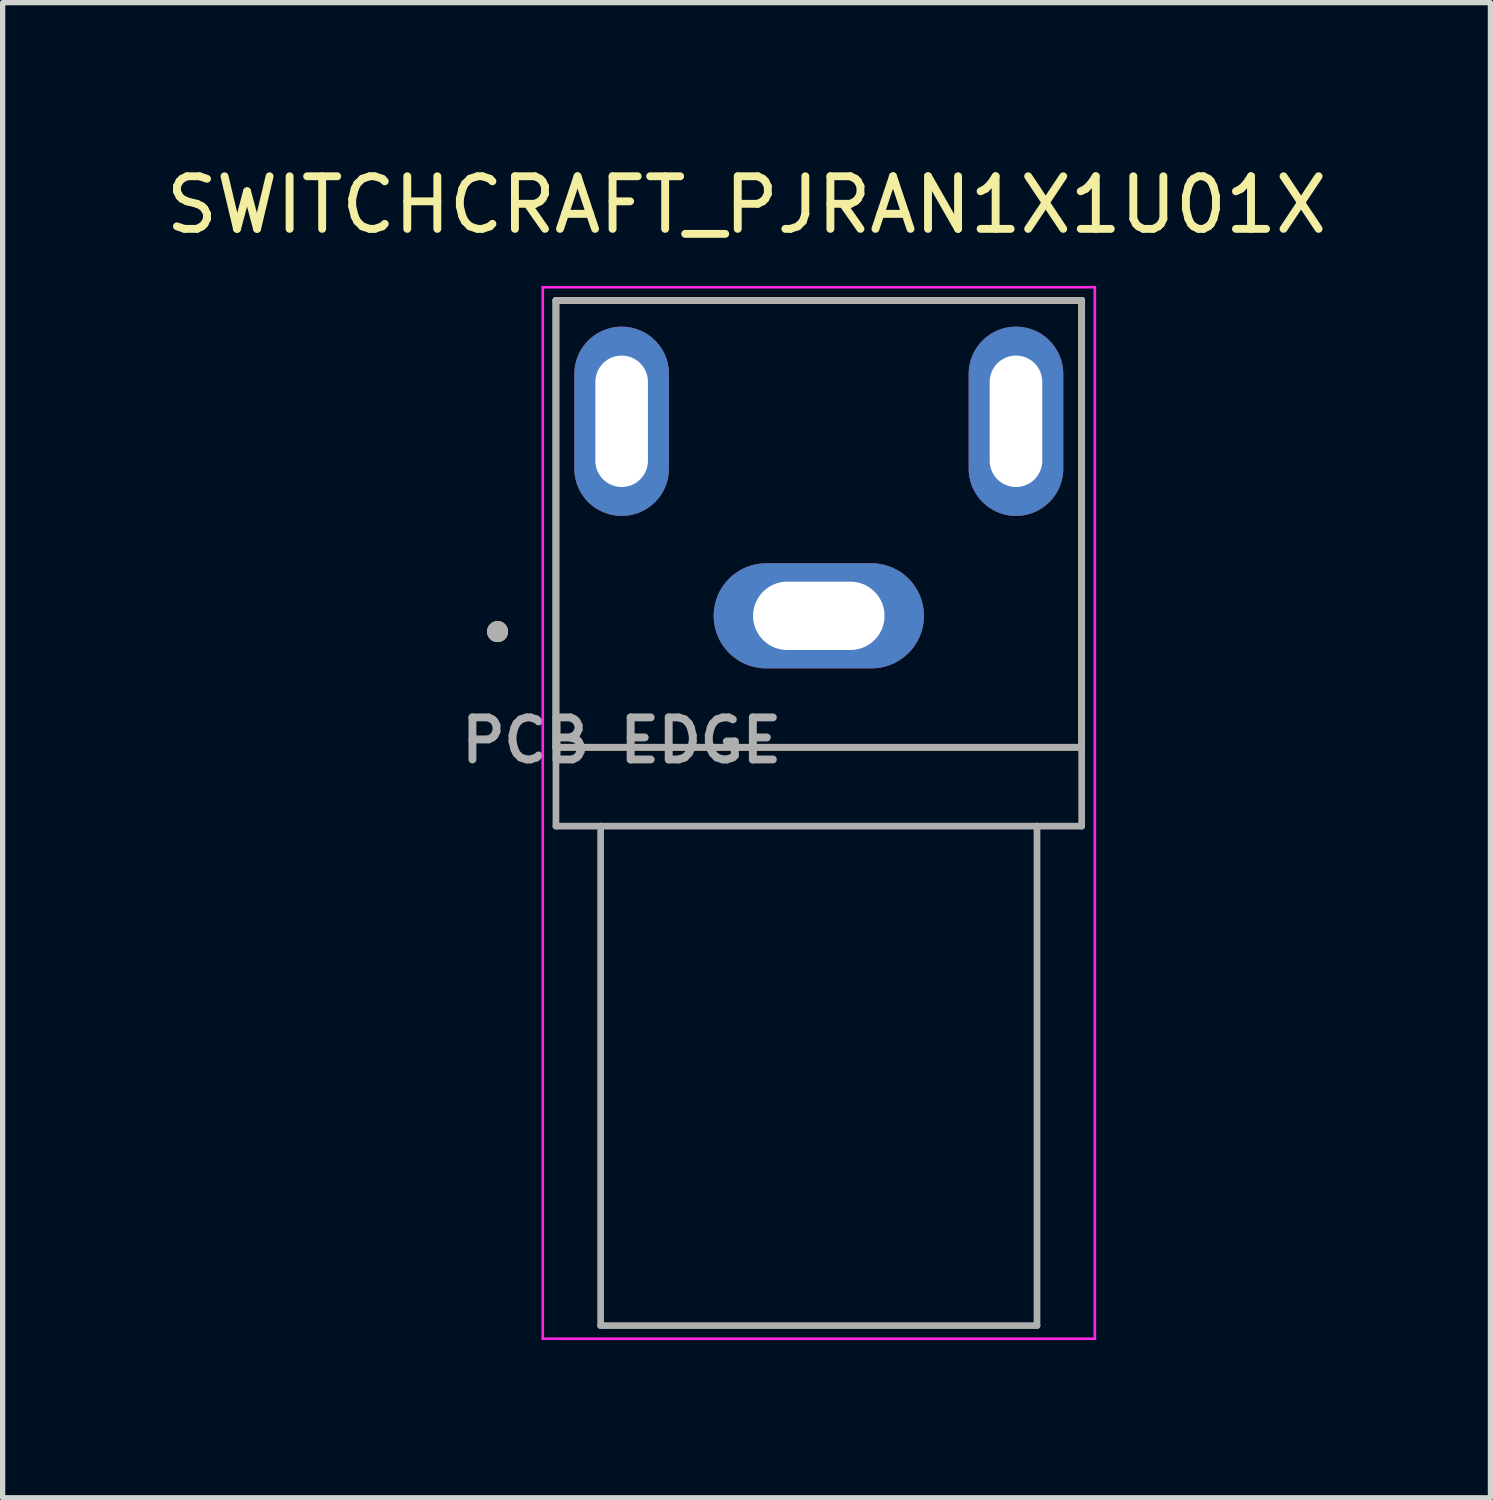
<source format=kicad_pcb>
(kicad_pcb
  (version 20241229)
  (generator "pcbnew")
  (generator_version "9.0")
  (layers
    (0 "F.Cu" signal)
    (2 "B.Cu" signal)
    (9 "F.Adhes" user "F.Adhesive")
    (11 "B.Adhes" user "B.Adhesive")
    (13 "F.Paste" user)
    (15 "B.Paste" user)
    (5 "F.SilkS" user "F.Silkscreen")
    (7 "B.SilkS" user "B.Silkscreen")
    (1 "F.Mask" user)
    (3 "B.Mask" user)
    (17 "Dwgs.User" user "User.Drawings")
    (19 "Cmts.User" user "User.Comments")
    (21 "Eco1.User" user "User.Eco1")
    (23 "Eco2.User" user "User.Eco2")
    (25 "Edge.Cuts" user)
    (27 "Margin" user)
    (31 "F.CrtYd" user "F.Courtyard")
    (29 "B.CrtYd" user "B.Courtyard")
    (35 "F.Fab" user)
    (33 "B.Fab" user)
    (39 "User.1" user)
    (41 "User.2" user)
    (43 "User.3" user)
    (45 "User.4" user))
  (footprint "SWITCHCRAFT_PJRAN1X1U01X"
    (layer "F.Cu")
    (at 12.524 8.663)
    (property "Reference" "SWITCHCRAFT_PJRAN1X1U01X" (at -1.375 -7.815 0) (layer "F.SilkS") (effects (font (size 1 1) (thickness 0.15))))
    (attr through_hole)
    (fp_line (start -5 -6) (end -5 2.5) (stroke (width 0.127) (type solid)) (layer "F.SilkS"))
    (fp_line (start -5 2.5) (end 5 2.5) (stroke (width 0.127) (type solid)) (layer "F.SilkS"))
    (fp_line (start 5 -6) (end -5 -6) (stroke (width 0.127) (type solid)) (layer "F.SilkS"))
    (fp_line (start 5 2.5) (end 5 -6) (stroke (width 0.127) (type solid)) (layer "F.SilkS"))
    (fp_circle (center -6.11 0.3) (end -6.01 0.3) (stroke (width 0.2) (type solid)) (fill no) (layer "F.SilkS"))
    (fp_line (start -5.25 -6.25) (end -5.25 13.75) (stroke (width 0.05) (type solid)) (layer "F.CrtYd"))
    (fp_line (start -5.25 13.75) (end 5.25 13.75) (stroke (width 0.05) (type solid)) (layer "F.CrtYd"))
    (fp_line (start 5.25 -6.25) (end -5.25 -6.25) (stroke (width 0.05) (type solid)) (layer "F.CrtYd"))
    (fp_line (start 5.25 13.75) (end 5.25 -6.25) (stroke (width 0.05) (type solid)) (layer "F.CrtYd"))
    (fp_line (start -5 -6) (end -5 2.5) (stroke (width 0.127) (type solid)) (layer "F.Fab"))
    (fp_line (start -5 2.5) (end -5 4) (stroke (width 0.127) (type solid)) (layer "F.Fab"))
    (fp_line (start -5 2.5) (end 5 2.5) (stroke (width 0.127) (type solid)) (layer "F.Fab"))
    (fp_line (start -5 4) (end -4.15 4) (stroke (width 0.127) (type solid)) (layer "F.Fab"))
    (fp_line (start -4.15 4) (end -4.15 13.5) (stroke (width 0.127) (type solid)) (layer "F.Fab"))
    (fp_line (start -4.15 4) (end 4.15 4) (stroke (width 0.127) (type solid)) (layer "F.Fab"))
    (fp_line (start -4.15 13.5) (end 4.15 13.5) (stroke (width 0.127) (type solid)) (layer "F.Fab"))
    (fp_line (start 4.15 4) (end 5 4) (stroke (width 0.127) (type solid)) (layer "F.Fab"))
    (fp_line (start 4.15 13.5) (end 4.15 4) (stroke (width 0.127) (type solid)) (layer "F.Fab"))
    (fp_line (start 5 -6) (end -5 -6) (stroke (width 0.127) (type solid)) (layer "F.Fab"))
    (fp_line (start 5 2.5) (end 5 -6) (stroke (width 0.127) (type solid)) (layer "F.Fab"))
    (fp_line (start 5 4) (end 5 2.5) (stroke (width 0.127) (type solid)) (layer "F.Fab"))
    (fp_circle (center -6.11 0.3) (end -6.01 0.3) (stroke (width 0.2) (type solid)) (fill no) (layer "F.Fab"))
    (fp_text user "PCB EDGE" (at -3.75 2.37 0) (layer "F.Fab") (effects (font (size 0.8 0.8) (thickness 0.15))))
    (pad "1" thru_hole oval (at 0 0) (size 4 2) (drill oval 2.5 1.3) (layers "*.Cu" "*.Mask"))
    (pad "2" thru_hole oval (at -3.75 -3.7) (size 1.8 3.6) (drill oval 1 2.5) (layers "*.Cu" "*.Mask"))
    (pad "3" thru_hole oval (at 3.75 -3.7) (size 1.8 3.6) (drill oval 1 2.5) (layers "*.Cu" "*.Mask")))
  (gr_rect
    (start -3 -3)
    (end 25.298 25.438)
    (stroke (width 0.1) (type default))
    (fill no)
    (layer "Edge.Cuts")))
</source>
